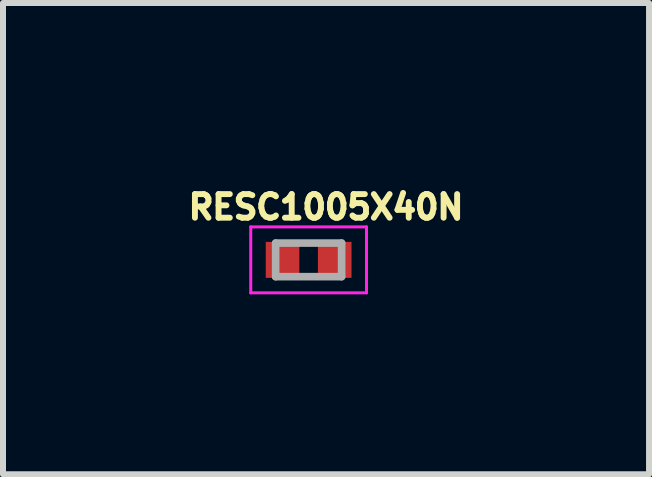
<source format=kicad_pcb>
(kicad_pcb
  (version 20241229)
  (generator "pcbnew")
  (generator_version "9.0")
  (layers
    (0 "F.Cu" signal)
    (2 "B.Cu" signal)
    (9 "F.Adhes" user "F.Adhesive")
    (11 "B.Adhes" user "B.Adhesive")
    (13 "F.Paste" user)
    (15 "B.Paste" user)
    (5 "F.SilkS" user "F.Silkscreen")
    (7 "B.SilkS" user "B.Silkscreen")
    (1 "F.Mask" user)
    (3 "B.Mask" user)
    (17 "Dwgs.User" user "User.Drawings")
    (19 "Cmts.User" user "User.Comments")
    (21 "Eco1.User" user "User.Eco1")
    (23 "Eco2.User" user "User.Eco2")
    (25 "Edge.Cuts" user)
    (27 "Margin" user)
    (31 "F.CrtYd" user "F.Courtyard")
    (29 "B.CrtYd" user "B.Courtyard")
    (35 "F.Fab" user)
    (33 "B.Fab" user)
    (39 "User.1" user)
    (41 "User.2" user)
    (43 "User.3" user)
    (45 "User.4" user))
  (footprint "RESC1005X40N"
    (layer "F.Cu")
    (at 2.096 1.283)
    (property "Reference" "RESC1005X40N" (at 0.29 -0.88 0) (layer "F.SilkS") (effects (font (size 0.394 0.394) (thickness 0.15))))
    (attr smd)
    (fp_line (start -0.965 -0.55) (end 0.965 -0.55) (stroke (width 0.05) (type solid)) (layer "F.CrtYd"))
    (fp_line (start -0.965 0.55) (end -0.965 -0.55) (stroke (width 0.05) (type solid)) (layer "F.CrtYd"))
    (fp_line (start -0.965 0.55) (end 0.965 0.55) (stroke (width 0.05) (type solid)) (layer "F.CrtYd"))
    (fp_line (start 0.965 0.55) (end 0.965 -0.55) (stroke (width 0.05) (type solid)) (layer "F.CrtYd"))
    (fp_line (start -0.55 0.28) (end -0.55 -0.28) (stroke (width 0.127) (type solid)) (layer "F.Fab"))
    (fp_line (start 0.55 -0.28) (end -0.55 -0.28) (stroke (width 0.127) (type solid)) (layer "F.Fab"))
    (fp_line (start 0.55 0.28) (end -0.55 0.28) (stroke (width 0.127) (type solid)) (layer "F.Fab"))
    (fp_line (start 0.55 0.28) (end 0.55 -0.28) (stroke (width 0.127) (type solid)) (layer "F.Fab"))
    (pad "1" smd rect (at -0.435 0) (size 0.56 0.6) (layers "F.Cu" "F.Mask" "F.Paste"))
    (pad "2" smd rect (at 0.435 0) (size 0.56 0.6) (layers "F.Cu" "F.Mask" "F.Paste")))
  (gr_rect
    (start -3 -3)
    (end 7.772 4.858)
    (stroke (width 0.1) (type default))
    (fill no)
    (layer "Edge.Cuts")))
</source>
